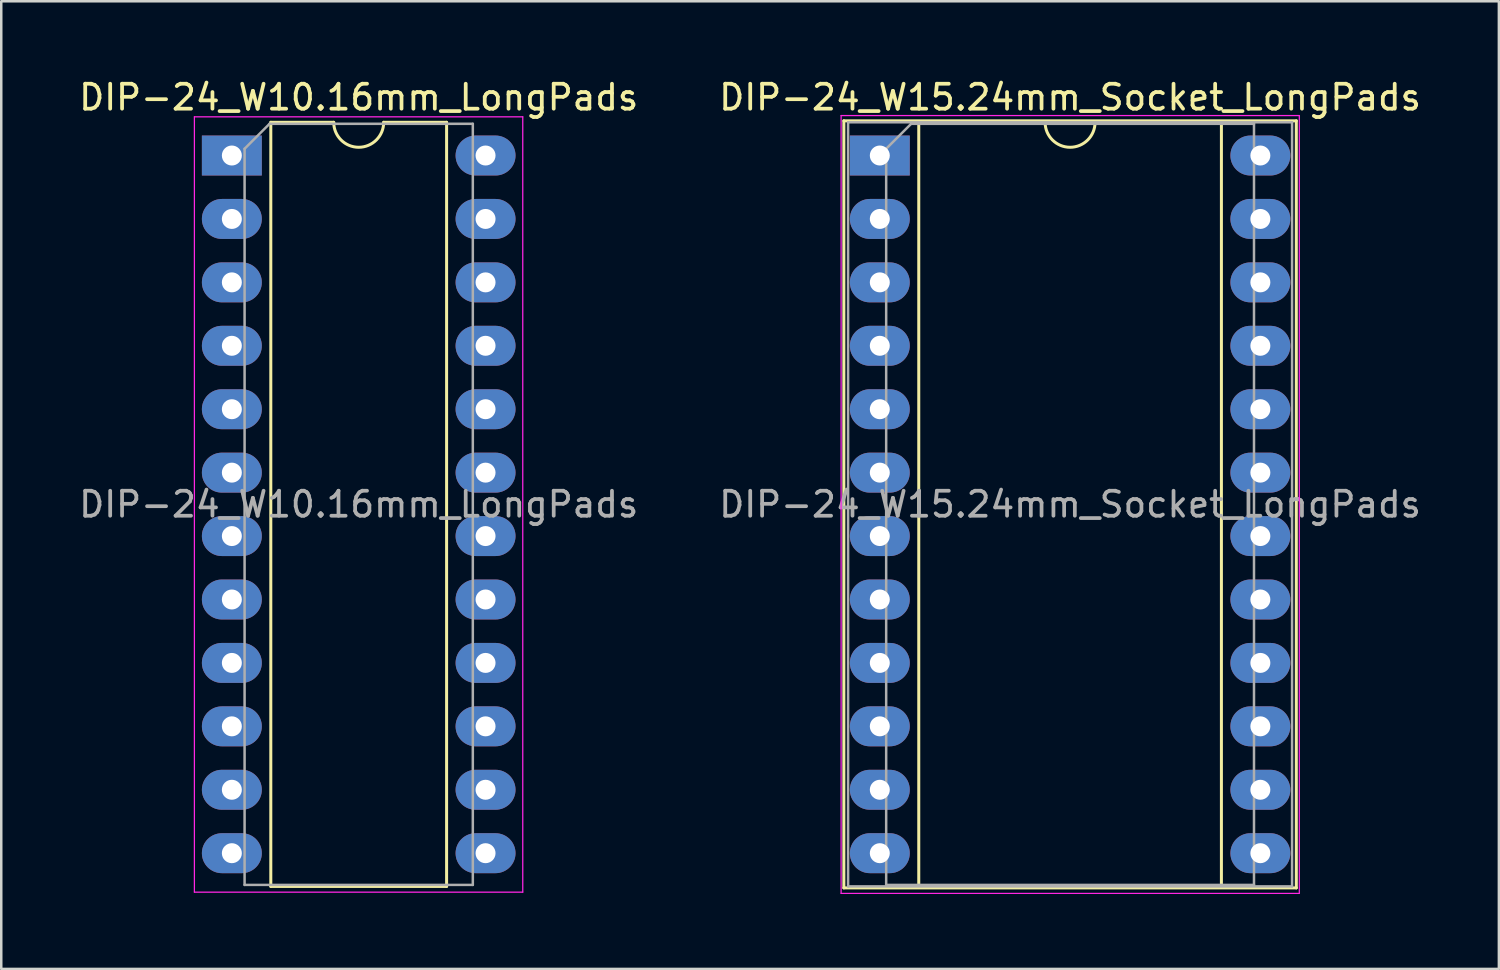
<source format=kicad_pcb>
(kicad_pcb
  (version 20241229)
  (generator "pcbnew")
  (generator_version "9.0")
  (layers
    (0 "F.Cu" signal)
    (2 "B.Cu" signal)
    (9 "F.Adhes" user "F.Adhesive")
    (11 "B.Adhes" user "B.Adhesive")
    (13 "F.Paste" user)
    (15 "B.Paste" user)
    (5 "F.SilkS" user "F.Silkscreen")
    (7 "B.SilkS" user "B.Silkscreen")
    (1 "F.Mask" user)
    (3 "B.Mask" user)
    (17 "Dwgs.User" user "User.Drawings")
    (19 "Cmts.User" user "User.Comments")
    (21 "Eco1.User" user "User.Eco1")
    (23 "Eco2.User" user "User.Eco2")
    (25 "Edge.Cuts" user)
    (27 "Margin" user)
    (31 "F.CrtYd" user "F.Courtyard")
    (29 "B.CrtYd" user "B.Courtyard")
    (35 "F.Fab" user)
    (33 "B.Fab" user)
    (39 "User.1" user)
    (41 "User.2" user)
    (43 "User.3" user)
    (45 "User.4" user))
  (footprint "DIP-24_W15.24mm_Socket_LongPads"
    (layer "F.Cu")
    (at 32.184 3.178)
    (property "Reference" "DIP-24_W15.24mm_Socket_LongPads" (at 7.62 -2.33 0) (layer "F.SilkS") (effects (font (size 1 1) (thickness 0.15))))
    (attr through_hole)
    (fp_line (start -1.44 -1.39) (end -1.44 29.33) (stroke (width 0.12) (type solid)) (layer "F.SilkS"))
    (fp_line (start -1.44 29.33) (end 16.68 29.33) (stroke (width 0.12) (type solid)) (layer "F.SilkS"))
    (fp_line (start 1.56 -1.33) (end 1.56 29.27) (stroke (width 0.12) (type solid)) (layer "F.SilkS"))
    (fp_line (start 1.56 29.27) (end 13.68 29.27) (stroke (width 0.12) (type solid)) (layer "F.SilkS"))
    (fp_line (start 6.62 -1.33) (end 1.56 -1.33) (stroke (width 0.12) (type solid)) (layer "F.SilkS"))
    (fp_line (start 13.68 -1.33) (end 8.62 -1.33) (stroke (width 0.12) (type solid)) (layer "F.SilkS"))
    (fp_line (start 13.68 29.27) (end 13.68 -1.33) (stroke (width 0.12) (type solid)) (layer "F.SilkS"))
    (fp_line (start 16.68 -1.39) (end -1.44 -1.39) (stroke (width 0.12) (type solid)) (layer "F.SilkS"))
    (fp_line (start 16.68 29.33) (end 16.68 -1.39) (stroke (width 0.12) (type solid)) (layer "F.SilkS"))
    (fp_arc (start 8.62 -1.33) (mid 7.62 -0.33) (end 6.62 -1.33) (stroke (width 0.12) (type solid)) (layer "F.SilkS"))
    (fp_line (start -1.55 -1.6) (end -1.55 29.55) (stroke (width 0.05) (type solid)) (layer "F.CrtYd"))
    (fp_line (start -1.55 29.55) (end 16.8 29.55) (stroke (width 0.05) (type solid)) (layer "F.CrtYd"))
    (fp_line (start 16.8 -1.6) (end -1.55 -1.6) (stroke (width 0.05) (type solid)) (layer "F.CrtYd"))
    (fp_line (start 16.8 29.55) (end 16.8 -1.6) (stroke (width 0.05) (type solid)) (layer "F.CrtYd"))
    (fp_line (start -1.27 -1.33) (end -1.27 29.27) (stroke (width 0.1) (type solid)) (layer "F.Fab"))
    (fp_line (start -1.27 29.27) (end 16.51 29.27) (stroke (width 0.1) (type solid)) (layer "F.Fab"))
    (fp_line (start 0.255 -0.27) (end 1.255 -1.27) (stroke (width 0.1) (type solid)) (layer "F.Fab"))
    (fp_line (start 0.255 29.21) (end 0.255 -0.27) (stroke (width 0.1) (type solid)) (layer "F.Fab"))
    (fp_line (start 1.255 -1.27) (end 14.985 -1.27) (stroke (width 0.1) (type solid)) (layer "F.Fab"))
    (fp_line (start 14.985 -1.27) (end 14.985 29.21) (stroke (width 0.1) (type solid)) (layer "F.Fab"))
    (fp_line (start 14.985 29.21) (end 0.255 29.21) (stroke (width 0.1) (type solid)) (layer "F.Fab"))
    (fp_line (start 16.51 -1.33) (end -1.27 -1.33) (stroke (width 0.1) (type solid)) (layer "F.Fab"))
    (fp_line (start 16.51 29.27) (end 16.51 -1.33) (stroke (width 0.1) (type solid)) (layer "F.Fab"))
    (fp_text user "${REFERENCE}" (at 7.62 13.97 0) (layer "F.Fab") (effects (font (size 1 1) (thickness 0.15))))
    (pad "1" thru_hole rect (at 0 0) (size 2.4 1.6) (drill 0.8) (layers "*.Cu" "*.Mask"))
    (pad "2" thru_hole oval (at 0 2.54) (size 2.4 1.6) (drill 0.8) (layers "*.Cu" "*.Mask"))
    (pad "3" thru_hole oval (at 0 5.08) (size 2.4 1.6) (drill 0.8) (layers "*.Cu" "*.Mask"))
    (pad "4" thru_hole oval (at 0 7.62) (size 2.4 1.6) (drill 0.8) (layers "*.Cu" "*.Mask"))
    (pad "5" thru_hole oval (at 0 10.16) (size 2.4 1.6) (drill 0.8) (layers "*.Cu" "*.Mask"))
    (pad "6" thru_hole oval (at 0 12.7) (size 2.4 1.6) (drill 0.8) (layers "*.Cu" "*.Mask"))
    (pad "7" thru_hole oval (at 0 15.24) (size 2.4 1.6) (drill 0.8) (layers "*.Cu" "*.Mask"))
    (pad "8" thru_hole oval (at 0 17.78) (size 2.4 1.6) (drill 0.8) (layers "*.Cu" "*.Mask"))
    (pad "9" thru_hole oval (at 0 20.32) (size 2.4 1.6) (drill 0.8) (layers "*.Cu" "*.Mask"))
    (pad "10" thru_hole oval (at 0 22.86) (size 2.4 1.6) (drill 0.8) (layers "*.Cu" "*.Mask"))
    (pad "11" thru_hole oval (at 0 25.4) (size 2.4 1.6) (drill 0.8) (layers "*.Cu" "*.Mask"))
    (pad "12" thru_hole oval (at 0 27.94) (size 2.4 1.6) (drill 0.8) (layers "*.Cu" "*.Mask"))
    (pad "13" thru_hole oval (at 15.24 27.94) (size 2.4 1.6) (drill 0.8) (layers "*.Cu" "*.Mask"))
    (pad "14" thru_hole oval (at 15.24 25.4) (size 2.4 1.6) (drill 0.8) (layers "*.Cu" "*.Mask"))
    (pad "15" thru_hole oval (at 15.24 22.86) (size 2.4 1.6) (drill 0.8) (layers "*.Cu" "*.Mask"))
    (pad "16" thru_hole oval (at 15.24 20.32) (size 2.4 1.6) (drill 0.8) (layers "*.Cu" "*.Mask"))
    (pad "17" thru_hole oval (at 15.24 17.78) (size 2.4 1.6) (drill 0.8) (layers "*.Cu" "*.Mask"))
    (pad "18" thru_hole oval (at 15.24 15.24) (size 2.4 1.6) (drill 0.8) (layers "*.Cu" "*.Mask"))
    (pad "19" thru_hole oval (at 15.24 12.7) (size 2.4 1.6) (drill 0.8) (layers "*.Cu" "*.Mask"))
    (pad "20" thru_hole oval (at 15.24 10.16) (size 2.4 1.6) (drill 0.8) (layers "*.Cu" "*.Mask"))
    (pad "21" thru_hole oval (at 15.24 7.62) (size 2.4 1.6) (drill 0.8) (layers "*.Cu" "*.Mask"))
    (pad "22" thru_hole oval (at 15.24 5.08) (size 2.4 1.6) (drill 0.8) (layers "*.Cu" "*.Mask"))
    (pad "23" thru_hole oval (at 15.24 2.54) (size 2.4 1.6) (drill 0.8) (layers "*.Cu" "*.Mask"))
    (pad "24" thru_hole oval (at 15.24 0) (size 2.4 1.6) (drill 0.8) (layers "*.Cu" "*.Mask")))
  (footprint "DIP-24_W10.16mm_LongPads"
    (layer "F.Cu")
    (at 6.235 3.178)
    (property "Reference" "DIP-24_W10.16mm_LongPads" (at 5.08 -2.33 0) (layer "F.SilkS") (effects (font (size 1 1) (thickness 0.15))))
    (attr through_hole)
    (fp_line (start 1.56 -1.33) (end 1.56 29.27) (stroke (width 0.12) (type solid)) (layer "F.SilkS"))
    (fp_line (start 1.56 29.27) (end 8.6 29.27) (stroke (width 0.12) (type solid)) (layer "F.SilkS"))
    (fp_line (start 4.08 -1.33) (end 1.56 -1.33) (stroke (width 0.12) (type solid)) (layer "F.SilkS"))
    (fp_line (start 8.6 -1.33) (end 6.08 -1.33) (stroke (width 0.12) (type solid)) (layer "F.SilkS"))
    (fp_line (start 8.6 29.27) (end 8.6 -1.33) (stroke (width 0.12) (type solid)) (layer "F.SilkS"))
    (fp_arc (start 6.08 -1.33) (mid 5.08 -0.33) (end 4.08 -1.33) (stroke (width 0.12) (type solid)) (layer "F.SilkS"))
    (fp_line (start -1.5 -1.55) (end -1.5 29.5) (stroke (width 0.05) (type solid)) (layer "F.CrtYd"))
    (fp_line (start -1.5 29.5) (end 11.65 29.5) (stroke (width 0.05) (type solid)) (layer "F.CrtYd"))
    (fp_line (start 11.65 -1.55) (end -1.5 -1.55) (stroke (width 0.05) (type solid)) (layer "F.CrtYd"))
    (fp_line (start 11.65 29.5) (end 11.65 -1.55) (stroke (width 0.05) (type solid)) (layer "F.CrtYd"))
    (fp_line (start 0.51 -0.27) (end 1.51 -1.27) (stroke (width 0.1) (type solid)) (layer "F.Fab"))
    (fp_line (start 0.51 29.21) (end 0.51 -0.27) (stroke (width 0.1) (type solid)) (layer "F.Fab"))
    (fp_line (start 1.51 -1.27) (end 9.65 -1.27) (stroke (width 0.1) (type solid)) (layer "F.Fab"))
    (fp_line (start 9.65 -1.27) (end 9.65 29.21) (stroke (width 0.1) (type solid)) (layer "F.Fab"))
    (fp_line (start 9.65 29.21) (end 0.51 29.21) (stroke (width 0.1) (type solid)) (layer "F.Fab"))
    (fp_text user "${REFERENCE}" (at 5.08 13.97 0) (layer "F.Fab") (effects (font (size 1 1) (thickness 0.15))))
    (pad "1" thru_hole rect (at 0 0) (size 2.4 1.6) (drill 0.8) (layers "*.Cu" "*.Mask"))
    (pad "2" thru_hole oval (at 0 2.54) (size 2.4 1.6) (drill 0.8) (layers "*.Cu" "*.Mask"))
    (pad "3" thru_hole oval (at 0 5.08) (size 2.4 1.6) (drill 0.8) (layers "*.Cu" "*.Mask"))
    (pad "4" thru_hole oval (at 0 7.62) (size 2.4 1.6) (drill 0.8) (layers "*.Cu" "*.Mask"))
    (pad "5" thru_hole oval (at 0 10.16) (size 2.4 1.6) (drill 0.8) (layers "*.Cu" "*.Mask"))
    (pad "6" thru_hole oval (at 0 12.7) (size 2.4 1.6) (drill 0.8) (layers "*.Cu" "*.Mask"))
    (pad "7" thru_hole oval (at 0 15.24) (size 2.4 1.6) (drill 0.8) (layers "*.Cu" "*.Mask"))
    (pad "8" thru_hole oval (at 0 17.78) (size 2.4 1.6) (drill 0.8) (layers "*.Cu" "*.Mask"))
    (pad "9" thru_hole oval (at 0 20.32) (size 2.4 1.6) (drill 0.8) (layers "*.Cu" "*.Mask"))
    (pad "10" thru_hole oval (at 0 22.86) (size 2.4 1.6) (drill 0.8) (layers "*.Cu" "*.Mask"))
    (pad "11" thru_hole oval (at 0 25.4) (size 2.4 1.6) (drill 0.8) (layers "*.Cu" "*.Mask"))
    (pad "12" thru_hole oval (at 0 27.94) (size 2.4 1.6) (drill 0.8) (layers "*.Cu" "*.Mask"))
    (pad "13" thru_hole oval (at 10.16 27.94) (size 2.4 1.6) (drill 0.8) (layers "*.Cu" "*.Mask"))
    (pad "14" thru_hole oval (at 10.16 25.4) (size 2.4 1.6) (drill 0.8) (layers "*.Cu" "*.Mask"))
    (pad "15" thru_hole oval (at 10.16 22.86) (size 2.4 1.6) (drill 0.8) (layers "*.Cu" "*.Mask"))
    (pad "16" thru_hole oval (at 10.16 20.32) (size 2.4 1.6) (drill 0.8) (layers "*.Cu" "*.Mask"))
    (pad "17" thru_hole oval (at 10.16 17.78) (size 2.4 1.6) (drill 0.8) (layers "*.Cu" "*.Mask"))
    (pad "18" thru_hole oval (at 10.16 15.24) (size 2.4 1.6) (drill 0.8) (layers "*.Cu" "*.Mask"))
    (pad "19" thru_hole oval (at 10.16 12.7) (size 2.4 1.6) (drill 0.8) (layers "*.Cu" "*.Mask"))
    (pad "20" thru_hole oval (at 10.16 10.16) (size 2.4 1.6) (drill 0.8) (layers "*.Cu" "*.Mask"))
    (pad "21" thru_hole oval (at 10.16 7.62) (size 2.4 1.6) (drill 0.8) (layers "*.Cu" "*.Mask"))
    (pad "22" thru_hole oval (at 10.16 5.08) (size 2.4 1.6) (drill 0.8) (layers "*.Cu" "*.Mask"))
    (pad "23" thru_hole oval (at 10.16 2.54) (size 2.4 1.6) (drill 0.8) (layers "*.Cu" "*.Mask"))
    (pad "24" thru_hole oval (at 10.16 0) (size 2.4 1.6) (drill 0.8) (layers "*.Cu" "*.Mask")))
  (gr_rect
    (start -3 -3)
    (end 56.976 35.753)
    (stroke (width 0.1) (type default))
    (fill no)
    (layer "Edge.Cuts")))
</source>
